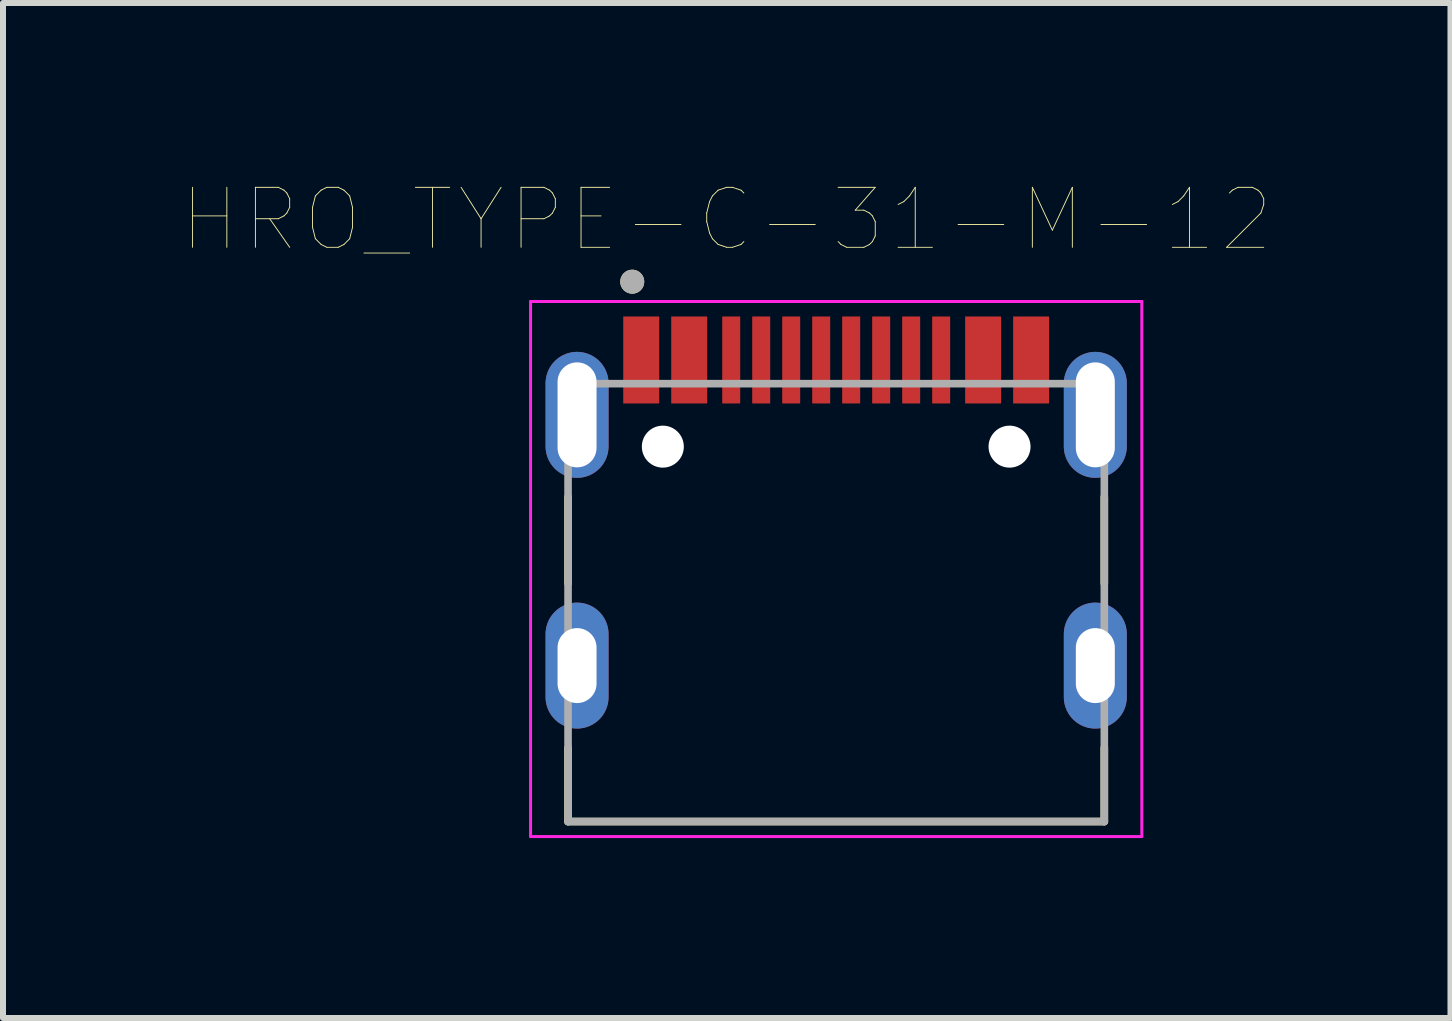
<source format=kicad_pcb>
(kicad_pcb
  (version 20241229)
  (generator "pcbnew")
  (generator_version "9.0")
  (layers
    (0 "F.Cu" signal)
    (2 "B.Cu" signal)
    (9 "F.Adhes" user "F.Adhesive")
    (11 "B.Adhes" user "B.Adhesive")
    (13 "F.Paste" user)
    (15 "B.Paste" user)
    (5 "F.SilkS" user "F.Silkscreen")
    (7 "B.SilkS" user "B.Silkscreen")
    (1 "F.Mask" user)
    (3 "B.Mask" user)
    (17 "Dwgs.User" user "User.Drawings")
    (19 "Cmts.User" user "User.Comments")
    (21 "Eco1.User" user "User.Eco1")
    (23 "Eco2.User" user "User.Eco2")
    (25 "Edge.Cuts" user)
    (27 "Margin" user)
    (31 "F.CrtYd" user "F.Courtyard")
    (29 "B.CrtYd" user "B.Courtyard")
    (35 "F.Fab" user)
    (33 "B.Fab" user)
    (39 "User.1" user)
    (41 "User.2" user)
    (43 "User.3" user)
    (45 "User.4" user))
  (footprint "HRO_TYPE-C-31-M-12"
    (layer "F.Cu")
    (at 10.89 8.046)
    (property "Reference" "HRO_TYPE-C-31-M-12" (at -1.825 -7.435 0) (layer "F.SilkS") (effects (font (size 1 1) (thickness 0.015))))
    (attr through_hole)
    (fp_line (start -4.47 -2.81) (end -4.47 -1.37) (stroke (width 0.127) (type solid)) (layer "F.SilkS"))
    (fp_line (start -4.47 2.6) (end -4.47 1.37) (stroke (width 0.127) (type solid)) (layer "F.SilkS"))
    (fp_line (start 4.47 -2.81) (end 4.47 -1.37) (stroke (width 0.127) (type solid)) (layer "F.SilkS"))
    (fp_line (start 4.47 1.37) (end 4.47 2.6) (stroke (width 0.127) (type solid)) (layer "F.SilkS"))
    (fp_line (start 4.47 2.6) (end -4.47 2.6) (stroke (width 0.127) (type solid)) (layer "F.SilkS"))
    (fp_circle (center -3.4 -6.4) (end -3.3 -6.4) (stroke (width 0.2) (type solid)) (fill no) (layer "F.SilkS"))
    (fp_line (start -5.095 -6.07) (end -5.095 2.85) (stroke (width 0.05) (type solid)) (layer "F.CrtYd"))
    (fp_line (start -5.095 2.85) (end 5.095 2.85) (stroke (width 0.05) (type solid)) (layer "F.CrtYd"))
    (fp_line (start 5.095 -6.07) (end -5.095 -6.07) (stroke (width 0.05) (type solid)) (layer "F.CrtYd"))
    (fp_line (start 5.095 2.85) (end 5.095 -6.07) (stroke (width 0.05) (type solid)) (layer "F.CrtYd"))
    (fp_line (start -4.47 -4.7) (end -4.47 2.6) (stroke (width 0.127) (type solid)) (layer "F.Fab"))
    (fp_line (start -4.47 2.6) (end 4.47 2.6) (stroke (width 0.127) (type solid)) (layer "F.Fab"))
    (fp_line (start 4.47 -4.7) (end -4.47 -4.7) (stroke (width 0.127) (type solid)) (layer "F.Fab"))
    (fp_line (start 4.47 2.6) (end 4.47 -4.7) (stroke (width 0.127) (type solid)) (layer "F.Fab"))
    (fp_circle (center -3.4 -6.4) (end -3.3 -6.4) (stroke (width 0.2) (type solid)) (fill no) (layer "F.Fab"))
    (pad "" np_thru_hole circle (at -2.89 -3.65) (size 0.7 0.7) (drill 0.7) (layers "*.Cu" "*.Mask"))
    (pad "" np_thru_hole circle (at 2.89 -3.65) (size 0.7 0.7) (drill 0.7) (layers "*.Cu" "*.Mask"))
    (pad "A1B12" smd rect (at -3.25 -5.095) (size 0.6 1.45) (layers "F.Cu" "F.Mask" "F.Paste"))
    (pad "A4B9" smd rect (at -2.45 -5.095) (size 0.6 1.45) (layers "F.Cu" "F.Mask" "F.Paste"))
    (pad "A5" smd rect (at -1.25 -5.095) (size 0.3 1.45) (layers "F.Cu" "F.Mask" "F.Paste"))
    (pad "A6" smd rect (at -0.25 -5.095) (size 0.3 1.45) (layers "F.Cu" "F.Mask" "F.Paste"))
    (pad "A7" smd rect (at 0.25 -5.095) (size 0.3 1.45) (layers "F.Cu" "F.Mask" "F.Paste"))
    (pad "A8" smd rect (at 1.25 -5.095) (size 0.3 1.45) (layers "F.Cu" "F.Mask" "F.Paste"))
    (pad "B1A12" smd rect (at 3.25 -5.095) (size 0.6 1.45) (layers "F.Cu" "F.Mask" "F.Paste"))
    (pad "B4A9" smd rect (at 2.45 -5.095) (size 0.6 1.45) (layers "F.Cu" "F.Mask" "F.Paste"))
    (pad "B5" smd rect (at 1.75 -5.095) (size 0.3 1.45) (layers "F.Cu" "F.Mask" "F.Paste"))
    (pad "B6" smd rect (at 0.75 -5.095) (size 0.3 1.45) (layers "F.Cu" "F.Mask" "F.Paste"))
    (pad "B7" smd rect (at -0.75 -5.095) (size 0.3 1.45) (layers "F.Cu" "F.Mask" "F.Paste"))
    (pad "B8" smd rect (at -1.75 -5.095) (size 0.3 1.45) (layers "F.Cu" "F.Mask" "F.Paste"))
    (pad "S1" thru_hole oval (at -4.32 -4.18) (size 1.05 2.1) (drill oval 0.65 1.75) (layers "*.Cu" "*.Mask"))
    (pad "S2" thru_hole oval (at 4.32 -4.18) (size 1.05 2.1) (drill oval 0.65 1.75) (layers "*.Cu" "*.Mask"))
    (pad "S3" thru_hole oval (at -4.32 0) (size 1.05 2.1) (drill oval 0.65 1.25) (layers "*.Cu" "*.Mask"))
    (pad "S4" thru_hole oval (at 4.32 0) (size 1.05 2.1) (drill oval 0.65 1.25) (layers "*.Cu" "*.Mask")))
  (gr_rect
    (start -3 -3)
    (end 21.131 13.921)
    (stroke (width 0.1) (type default))
    (fill no)
    (layer "Edge.Cuts")))
</source>
